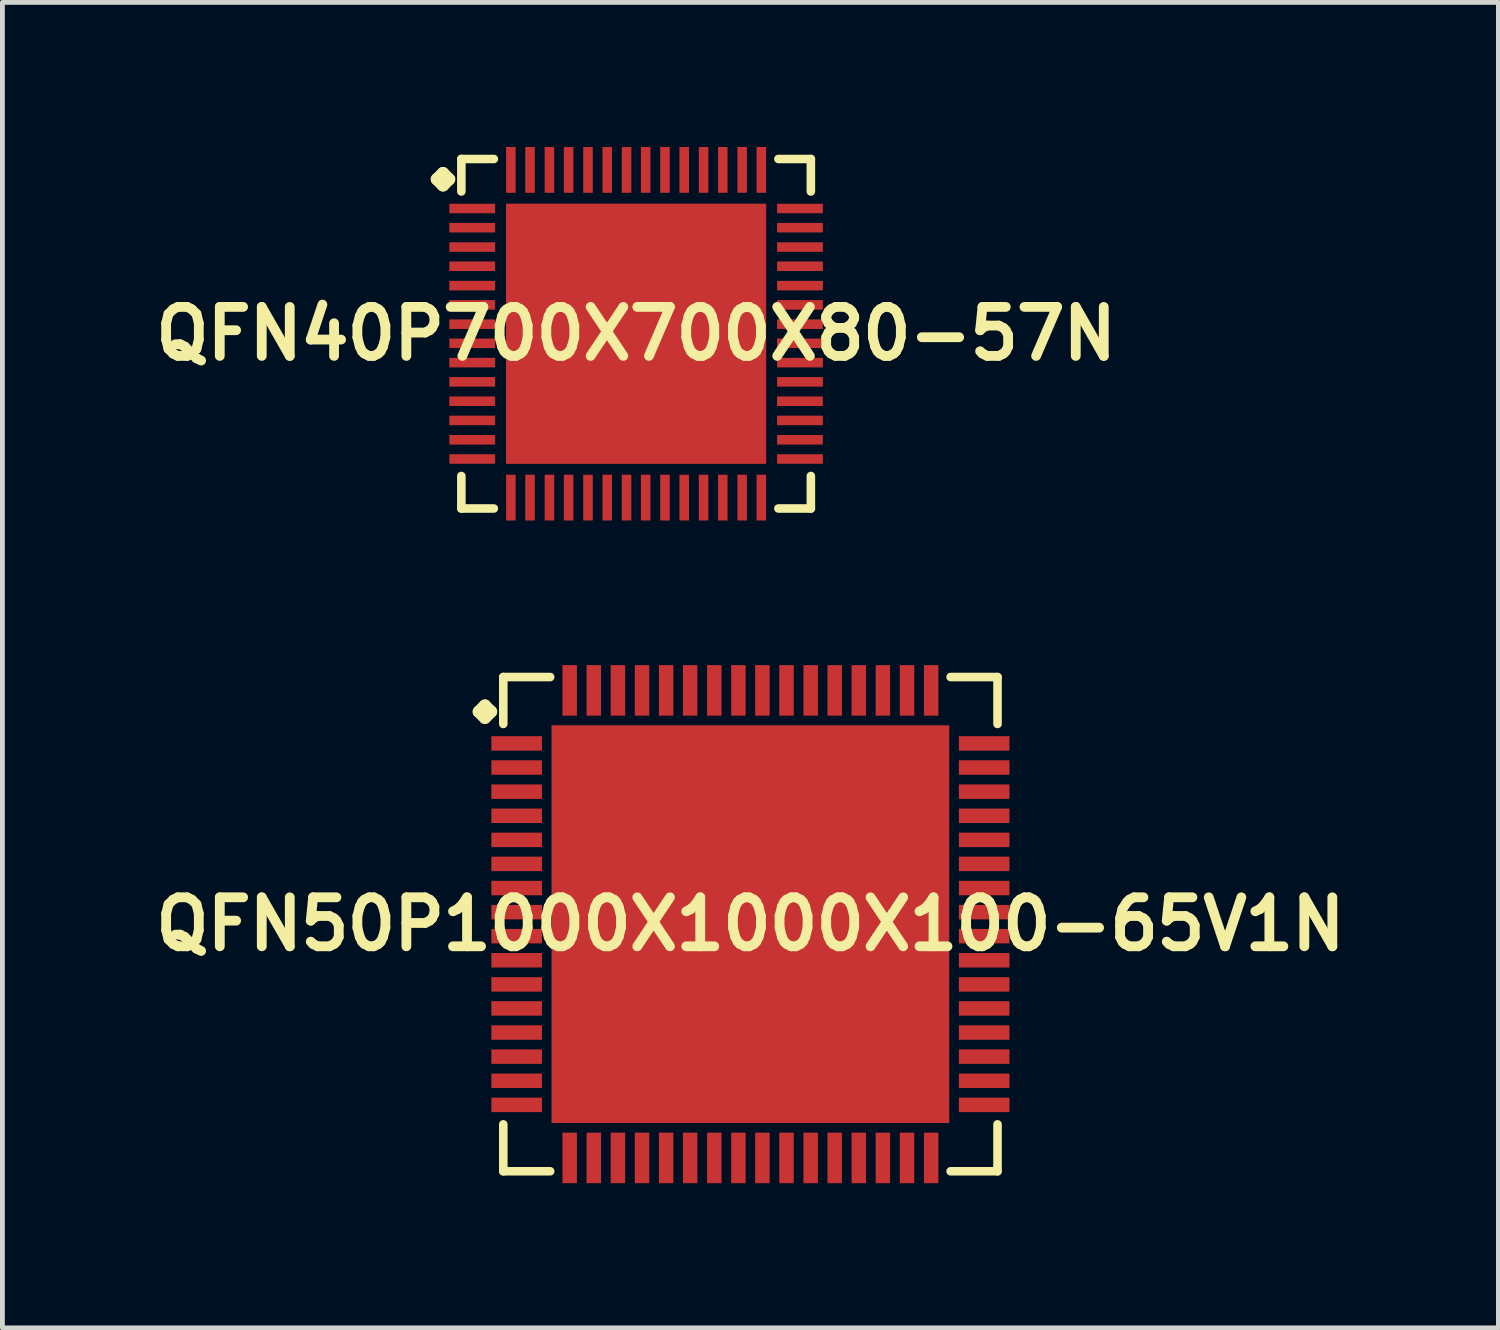
<source format=kicad_pcb>
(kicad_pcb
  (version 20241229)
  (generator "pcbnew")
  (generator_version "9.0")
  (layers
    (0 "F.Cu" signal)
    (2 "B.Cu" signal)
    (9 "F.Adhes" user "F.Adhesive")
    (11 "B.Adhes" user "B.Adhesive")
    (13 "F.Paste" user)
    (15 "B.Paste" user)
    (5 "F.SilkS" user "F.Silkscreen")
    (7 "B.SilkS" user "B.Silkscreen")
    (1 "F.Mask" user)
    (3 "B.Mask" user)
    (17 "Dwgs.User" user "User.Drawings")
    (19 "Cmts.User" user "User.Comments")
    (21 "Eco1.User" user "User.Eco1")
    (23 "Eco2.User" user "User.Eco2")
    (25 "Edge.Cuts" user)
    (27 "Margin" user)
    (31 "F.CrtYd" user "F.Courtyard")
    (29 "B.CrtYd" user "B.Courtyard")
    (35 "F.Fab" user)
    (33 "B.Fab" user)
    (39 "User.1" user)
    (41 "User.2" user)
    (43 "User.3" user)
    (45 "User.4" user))
  (footprint "QFN50P1000X1000X100-65V1N"
    (layer "F.Cu")
    (at 12.516 16.12)
    (property "Reference" "QFN50P1000X1000X100-65V1N" (at 0 0 0) (layer "F.SilkS") (effects (font (size 1.016 1.016) (thickness 0.203))))
    (attr smd)
    (fp_line (start -5.634 -4.407) (end -5.507 -4.534) (stroke (width 0.254) (type solid)) (layer "F.SilkS"))
    (fp_line (start -5.507 -4.534) (end -5.38 -4.407) (stroke (width 0.254) (type solid)) (layer "F.SilkS"))
    (fp_line (start -5.507 -4.28) (end -5.634 -4.407) (stroke (width 0.254) (type solid)) (layer "F.SilkS"))
    (fp_line (start -5.38 -4.407) (end -5.507 -4.28) (stroke (width 0.254) (type solid)) (layer "F.SilkS"))
    (fp_line (start -5.126 -5.126) (end -4.153 -5.126) (stroke (width 0.178) (type solid)) (layer "F.SilkS"))
    (fp_line (start -5.126 -4.153) (end -5.126 -5.126) (stroke (width 0.178) (type solid)) (layer "F.SilkS"))
    (fp_line (start -5.126 4.153) (end -5.126 5.126) (stroke (width 0.178) (type solid)) (layer "F.SilkS"))
    (fp_line (start -5.126 5.126) (end -4.153 5.126) (stroke (width 0.178) (type solid)) (layer "F.SilkS"))
    (fp_line (start 4.153 -5.126) (end 5.126 -5.126) (stroke (width 0.178) (type solid)) (layer "F.SilkS"))
    (fp_line (start 4.153 5.126) (end 5.126 5.126) (stroke (width 0.178) (type solid)) (layer "F.SilkS"))
    (fp_line (start 5.126 -5.126) (end 5.126 -4.153) (stroke (width 0.178) (type solid)) (layer "F.SilkS"))
    (fp_line (start 5.126 5.126) (end 5.126 4.153) (stroke (width 0.178) (type solid)) (layer "F.SilkS"))
    (pad "1" smd rect (at -4.849 -3.749) (size 1.049 0.3) (layers "F.Cu" "F.Mask" "F.Paste"))
    (pad "2" smd rect (at -4.849 -3.249) (size 1.049 0.3) (layers "F.Cu" "F.Mask" "F.Paste"))
    (pad "3" smd rect (at -4.849 -2.748) (size 1.049 0.3) (layers "F.Cu" "F.Mask" "F.Paste"))
    (pad "4" smd rect (at -4.849 -2.248) (size 1.049 0.3) (layers "F.Cu" "F.Mask" "F.Paste"))
    (pad "5" smd rect (at -4.849 -1.748) (size 1.049 0.3) (layers "F.Cu" "F.Mask" "F.Paste"))
    (pad "6" smd rect (at -4.849 -1.25) (size 1.049 0.3) (layers "F.Cu" "F.Mask" "F.Paste"))
    (pad "7" smd rect (at -4.849 -0.749) (size 1.049 0.3) (layers "F.Cu" "F.Mask" "F.Paste"))
    (pad "8" smd rect (at -4.849 -0.249) (size 1.049 0.3) (layers "F.Cu" "F.Mask" "F.Paste"))
    (pad "9" smd rect (at -4.849 0.249) (size 1.049 0.3) (layers "F.Cu" "F.Mask" "F.Paste"))
    (pad "10" smd rect (at -4.849 0.749) (size 1.049 0.3) (layers "F.Cu" "F.Mask" "F.Paste"))
    (pad "11" smd rect (at -4.849 1.25) (size 1.049 0.3) (layers "F.Cu" "F.Mask" "F.Paste"))
    (pad "12" smd rect (at -4.849 1.748) (size 1.049 0.3) (layers "F.Cu" "F.Mask" "F.Paste"))
    (pad "13" smd rect (at -4.849 2.248) (size 1.049 0.3) (layers "F.Cu" "F.Mask" "F.Paste"))
    (pad "14" smd rect (at -4.849 2.748) (size 1.049 0.3) (layers "F.Cu" "F.Mask" "F.Paste"))
    (pad "15" smd rect (at -4.849 3.249) (size 1.049 0.3) (layers "F.Cu" "F.Mask" "F.Paste"))
    (pad "16" smd rect (at -4.849 3.749) (size 1.049 0.3) (layers "F.Cu" "F.Mask" "F.Paste"))
    (pad "17" smd rect (at -3.749 4.849) (size 0.3 1.049) (layers "F.Cu" "F.Mask" "F.Paste"))
    (pad "18" smd rect (at -3.249 4.849) (size 0.3 1.049) (layers "F.Cu" "F.Mask" "F.Paste"))
    (pad "19" smd rect (at -2.748 4.849) (size 0.3 1.049) (layers "F.Cu" "F.Mask" "F.Paste"))
    (pad "20" smd rect (at -2.248 4.849) (size 0.3 1.049) (layers "F.Cu" "F.Mask" "F.Paste"))
    (pad "21" smd rect (at -1.748 4.849) (size 0.3 1.049) (layers "F.Cu" "F.Mask" "F.Paste"))
    (pad "22" smd rect (at -1.25 4.849) (size 0.3 1.049) (layers "F.Cu" "F.Mask" "F.Paste"))
    (pad "23" smd rect (at -0.749 4.849) (size 0.3 1.049) (layers "F.Cu" "F.Mask" "F.Paste"))
    (pad "24" smd rect (at -0.249 4.849) (size 0.3 1.049) (layers "F.Cu" "F.Mask" "F.Paste"))
    (pad "25" smd rect (at 0.249 4.849) (size 0.3 1.049) (layers "F.Cu" "F.Mask" "F.Paste"))
    (pad "26" smd rect (at 0.749 4.849) (size 0.3 1.049) (layers "F.Cu" "F.Mask" "F.Paste"))
    (pad "27" smd rect (at 1.25 4.849) (size 0.3 1.049) (layers "F.Cu" "F.Mask" "F.Paste"))
    (pad "28" smd rect (at 1.748 4.849) (size 0.3 1.049) (layers "F.Cu" "F.Mask" "F.Paste"))
    (pad "29" smd rect (at 2.248 4.849) (size 0.3 1.049) (layers "F.Cu" "F.Mask" "F.Paste"))
    (pad "30" smd rect (at 2.748 4.849) (size 0.3 1.049) (layers "F.Cu" "F.Mask" "F.Paste"))
    (pad "31" smd rect (at 3.249 4.849) (size 0.3 1.049) (layers "F.Cu" "F.Mask" "F.Paste"))
    (pad "32" smd rect (at 3.749 4.849) (size 0.3 1.049) (layers "F.Cu" "F.Mask" "F.Paste"))
    (pad "33" smd rect (at 4.849 3.749) (size 1.049 0.3) (layers "F.Cu" "F.Mask" "F.Paste"))
    (pad "34" smd rect (at 4.849 3.249) (size 1.049 0.3) (layers "F.Cu" "F.Mask" "F.Paste"))
    (pad "35" smd rect (at 4.849 2.748) (size 1.049 0.3) (layers "F.Cu" "F.Mask" "F.Paste"))
    (pad "36" smd rect (at 4.849 2.248) (size 1.049 0.3) (layers "F.Cu" "F.Mask" "F.Paste"))
    (pad "37" smd rect (at 4.849 1.748) (size 1.049 0.3) (layers "F.Cu" "F.Mask" "F.Paste"))
    (pad "38" smd rect (at 4.849 1.25) (size 1.049 0.3) (layers "F.Cu" "F.Mask" "F.Paste"))
    (pad "39" smd rect (at 4.849 0.749) (size 1.049 0.3) (layers "F.Cu" "F.Mask" "F.Paste"))
    (pad "40" smd rect (at 4.849 0.249) (size 1.049 0.3) (layers "F.Cu" "F.Mask" "F.Paste"))
    (pad "41" smd rect (at 4.849 -0.249) (size 1.049 0.3) (layers "F.Cu" "F.Mask" "F.Paste"))
    (pad "42" smd rect (at 4.849 -0.749) (size 1.049 0.3) (layers "F.Cu" "F.Mask" "F.Paste"))
    (pad "43" smd rect (at 4.849 -1.25) (size 1.049 0.3) (layers "F.Cu" "F.Mask" "F.Paste"))
    (pad "44" smd rect (at 4.849 -1.748) (size 1.049 0.3) (layers "F.Cu" "F.Mask" "F.Paste"))
    (pad "45" smd rect (at 4.849 -2.248) (size 1.049 0.3) (layers "F.Cu" "F.Mask" "F.Paste"))
    (pad "46" smd rect (at 4.849 -2.748) (size 1.049 0.3) (layers "F.Cu" "F.Mask" "F.Paste"))
    (pad "47" smd rect (at 4.849 -3.249) (size 1.049 0.3) (layers "F.Cu" "F.Mask" "F.Paste"))
    (pad "48" smd rect (at 4.849 -3.749) (size 1.049 0.3) (layers "F.Cu" "F.Mask" "F.Paste"))
    (pad "49" smd rect (at 3.749 -4.849) (size 0.3 1.049) (layers "F.Cu" "F.Mask" "F.Paste"))
    (pad "50" smd rect (at 3.249 -4.849) (size 0.3 1.049) (layers "F.Cu" "F.Mask" "F.Paste"))
    (pad "51" smd rect (at 2.748 -4.849) (size 0.3 1.049) (layers "F.Cu" "F.Mask" "F.Paste"))
    (pad "52" smd rect (at 2.248 -4.849) (size 0.3 1.049) (layers "F.Cu" "F.Mask" "F.Paste"))
    (pad "53" smd rect (at 1.748 -4.849) (size 0.3 1.049) (layers "F.Cu" "F.Mask" "F.Paste"))
    (pad "54" smd rect (at 1.25 -4.849) (size 0.3 1.049) (layers "F.Cu" "F.Mask" "F.Paste"))
    (pad "55" smd rect (at 0.749 -4.849) (size 0.3 1.049) (layers "F.Cu" "F.Mask" "F.Paste"))
    (pad "56" smd rect (at 0.249 -4.849) (size 0.3 1.049) (layers "F.Cu" "F.Mask" "F.Paste"))
    (pad "57" smd rect (at -0.249 -4.849) (size 0.3 1.049) (layers "F.Cu" "F.Mask" "F.Paste"))
    (pad "58" smd rect (at -0.749 -4.849) (size 0.3 1.049) (layers "F.Cu" "F.Mask" "F.Paste"))
    (pad "59" smd rect (at -1.25 -4.849) (size 0.3 1.049) (layers "F.Cu" "F.Mask" "F.Paste"))
    (pad "60" smd rect (at -1.748 -4.849) (size 0.3 1.049) (layers "F.Cu" "F.Mask" "F.Paste"))
    (pad "61" smd rect (at -2.248 -4.849) (size 0.3 1.049) (layers "F.Cu" "F.Mask" "F.Paste"))
    (pad "62" smd rect (at -2.748 -4.849) (size 0.3 1.049) (layers "F.Cu" "F.Mask" "F.Paste"))
    (pad "63" smd rect (at -3.249 -4.849) (size 0.3 1.049) (layers "F.Cu" "F.Mask" "F.Paste"))
    (pad "64" smd rect (at -3.749 -4.849) (size 0.3 1.049) (layers "F.Cu" "F.Mask" "F.Paste"))
    (pad "65" smd rect (at 0 0) (size 8.25 8.25) (layers "F.Cu" "F.Mask" "F.Paste")))
  (footprint "QFN40P700X700X80-57N"
    (layer "F.Cu")
    (at 10.145 3.873)
    (property "Reference" "QFN40P700X700X80-57N" (at 0 0 0) (layer "F.SilkS") (effects (font (size 1.016 1.016) (thickness 0.203))))
    (attr smd)
    (fp_line (start -4.133 -3.205) (end -4.006 -3.332) (stroke (width 0.254) (type solid)) (layer "F.SilkS"))
    (fp_line (start -4.006 -3.332) (end -3.879 -3.205) (stroke (width 0.254) (type solid)) (layer "F.SilkS"))
    (fp_line (start -4.006 -3.078) (end -4.133 -3.205) (stroke (width 0.254) (type solid)) (layer "F.SilkS"))
    (fp_line (start -3.879 -3.205) (end -4.006 -3.078) (stroke (width 0.254) (type solid)) (layer "F.SilkS"))
    (fp_line (start -3.625 -3.625) (end -2.951 -3.625) (stroke (width 0.178) (type solid)) (layer "F.SilkS"))
    (fp_line (start -3.625 -2.951) (end -3.625 -3.625) (stroke (width 0.178) (type solid)) (layer "F.SilkS"))
    (fp_line (start -3.625 2.951) (end -3.625 3.625) (stroke (width 0.178) (type solid)) (layer "F.SilkS"))
    (fp_line (start -3.625 3.625) (end -2.951 3.625) (stroke (width 0.178) (type solid)) (layer "F.SilkS"))
    (fp_line (start 2.951 -3.625) (end 3.625 -3.625) (stroke (width 0.178) (type solid)) (layer "F.SilkS"))
    (fp_line (start 2.951 3.625) (end 3.625 3.625) (stroke (width 0.178) (type solid)) (layer "F.SilkS"))
    (fp_line (start 3.625 -3.625) (end 3.625 -2.951) (stroke (width 0.178) (type solid)) (layer "F.SilkS"))
    (fp_line (start 3.625 3.625) (end 3.625 2.951) (stroke (width 0.178) (type solid)) (layer "F.SilkS"))
    (pad "1" smd rect (at -3.399 -2.598) (size 0.95 0.198) (layers "F.Cu" "F.Mask" "F.Paste"))
    (pad "2" smd rect (at -3.399 -2.2) (size 0.95 0.198) (layers "F.Cu" "F.Mask" "F.Paste"))
    (pad "3" smd rect (at -3.399 -1.798) (size 0.95 0.198) (layers "F.Cu" "F.Mask" "F.Paste"))
    (pad "4" smd rect (at -3.399 -1.4) (size 0.95 0.198) (layers "F.Cu" "F.Mask" "F.Paste"))
    (pad "5" smd rect (at -3.399 -0.998) (size 0.95 0.198) (layers "F.Cu" "F.Mask" "F.Paste"))
    (pad "6" smd rect (at -3.399 -0.599) (size 0.95 0.198) (layers "F.Cu" "F.Mask" "F.Paste"))
    (pad "7" smd rect (at -3.399 -0.198) (size 0.95 0.198) (layers "F.Cu" "F.Mask" "F.Paste"))
    (pad "8" smd rect (at -3.399 0.198) (size 0.95 0.198) (layers "F.Cu" "F.Mask" "F.Paste"))
    (pad "9" smd rect (at -3.399 0.599) (size 0.95 0.198) (layers "F.Cu" "F.Mask" "F.Paste"))
    (pad "10" smd rect (at -3.399 0.998) (size 0.95 0.198) (layers "F.Cu" "F.Mask" "F.Paste"))
    (pad "11" smd rect (at -3.399 1.4) (size 0.95 0.198) (layers "F.Cu" "F.Mask" "F.Paste"))
    (pad "12" smd rect (at -3.399 1.798) (size 0.95 0.198) (layers "F.Cu" "F.Mask" "F.Paste"))
    (pad "13" smd rect (at -3.399 2.2) (size 0.95 0.198) (layers "F.Cu" "F.Mask" "F.Paste"))
    (pad "14" smd rect (at -3.399 2.598) (size 0.95 0.198) (layers "F.Cu" "F.Mask" "F.Paste"))
    (pad "15" smd rect (at -2.598 3.399) (size 0.198 0.95) (layers "F.Cu" "F.Mask" "F.Paste"))
    (pad "16" smd rect (at -2.2 3.399) (size 0.198 0.95) (layers "F.Cu" "F.Mask" "F.Paste"))
    (pad "17" smd rect (at -1.798 3.399) (size 0.198 0.95) (layers "F.Cu" "F.Mask" "F.Paste"))
    (pad "18" smd rect (at -1.4 3.399) (size 0.198 0.95) (layers "F.Cu" "F.Mask" "F.Paste"))
    (pad "19" smd rect (at -0.998 3.399) (size 0.198 0.95) (layers "F.Cu" "F.Mask" "F.Paste"))
    (pad "20" smd rect (at -0.599 3.399) (size 0.198 0.95) (layers "F.Cu" "F.Mask" "F.Paste"))
    (pad "21" smd rect (at -0.198 3.399) (size 0.198 0.95) (layers "F.Cu" "F.Mask" "F.Paste"))
    (pad "22" smd rect (at 0.198 3.399) (size 0.198 0.95) (layers "F.Cu" "F.Mask" "F.Paste"))
    (pad "23" smd rect (at 0.599 3.399) (size 0.198 0.95) (layers "F.Cu" "F.Mask" "F.Paste"))
    (pad "24" smd rect (at 0.998 3.399) (size 0.198 0.95) (layers "F.Cu" "F.Mask" "F.Paste"))
    (pad "25" smd rect (at 1.4 3.399) (size 0.198 0.95) (layers "F.Cu" "F.Mask" "F.Paste"))
    (pad "26" smd rect (at 1.798 3.399) (size 0.198 0.95) (layers "F.Cu" "F.Mask" "F.Paste"))
    (pad "27" smd rect (at 2.2 3.399) (size 0.198 0.95) (layers "F.Cu" "F.Mask" "F.Paste"))
    (pad "28" smd rect (at 2.598 3.399) (size 0.198 0.95) (layers "F.Cu" "F.Mask" "F.Paste"))
    (pad "29" smd rect (at 3.399 2.598) (size 0.95 0.198) (layers "F.Cu" "F.Mask" "F.Paste"))
    (pad "30" smd rect (at 3.399 2.2) (size 0.95 0.198) (layers "F.Cu" "F.Mask" "F.Paste"))
    (pad "31" smd rect (at 3.399 1.798) (size 0.95 0.198) (layers "F.Cu" "F.Mask" "F.Paste"))
    (pad "32" smd rect (at 3.399 1.4) (size 0.95 0.198) (layers "F.Cu" "F.Mask" "F.Paste"))
    (pad "33" smd rect (at 3.399 0.998) (size 0.95 0.198) (layers "F.Cu" "F.Mask" "F.Paste"))
    (pad "34" smd rect (at 3.399 0.599) (size 0.95 0.198) (layers "F.Cu" "F.Mask" "F.Paste"))
    (pad "35" smd rect (at 3.399 0.198) (size 0.95 0.198) (layers "F.Cu" "F.Mask" "F.Paste"))
    (pad "36" smd rect (at 3.399 -0.198) (size 0.95 0.198) (layers "F.Cu" "F.Mask" "F.Paste"))
    (pad "37" smd rect (at 3.399 -0.599) (size 0.95 0.198) (layers "F.Cu" "F.Mask" "F.Paste"))
    (pad "38" smd rect (at 3.399 -0.998) (size 0.95 0.198) (layers "F.Cu" "F.Mask" "F.Paste"))
    (pad "39" smd rect (at 3.399 -1.4) (size 0.95 0.198) (layers "F.Cu" "F.Mask" "F.Paste"))
    (pad "40" smd rect (at 3.399 -1.798) (size 0.95 0.198) (layers "F.Cu" "F.Mask" "F.Paste"))
    (pad "41" smd rect (at 3.399 -2.2) (size 0.95 0.198) (layers "F.Cu" "F.Mask" "F.Paste"))
    (pad "42" smd rect (at 3.399 -2.598) (size 0.95 0.198) (layers "F.Cu" "F.Mask" "F.Paste"))
    (pad "43" smd rect (at 2.598 -3.399) (size 0.198 0.95) (layers "F.Cu" "F.Mask" "F.Paste"))
    (pad "44" smd rect (at 2.2 -3.399) (size 0.198 0.95) (layers "F.Cu" "F.Mask" "F.Paste"))
    (pad "45" smd rect (at 1.798 -3.399) (size 0.198 0.95) (layers "F.Cu" "F.Mask" "F.Paste"))
    (pad "46" smd rect (at 1.4 -3.399) (size 0.198 0.95) (layers "F.Cu" "F.Mask" "F.Paste"))
    (pad "47" smd rect (at 0.998 -3.399) (size 0.198 0.95) (layers "F.Cu" "F.Mask" "F.Paste"))
    (pad "48" smd rect (at 0.599 -3.399) (size 0.198 0.95) (layers "F.Cu" "F.Mask" "F.Paste"))
    (pad "49" smd rect (at 0.198 -3.399) (size 0.198 0.95) (layers "F.Cu" "F.Mask" "F.Paste"))
    (pad "50" smd rect (at -0.198 -3.399) (size 0.198 0.95) (layers "F.Cu" "F.Mask" "F.Paste"))
    (pad "51" smd rect (at -0.599 -3.399) (size 0.198 0.95) (layers "F.Cu" "F.Mask" "F.Paste"))
    (pad "52" smd rect (at -0.998 -3.399) (size 0.198 0.95) (layers "F.Cu" "F.Mask" "F.Paste"))
    (pad "53" smd rect (at -1.4 -3.399) (size 0.198 0.95) (layers "F.Cu" "F.Mask" "F.Paste"))
    (pad "54" smd rect (at -1.798 -3.399) (size 0.198 0.95) (layers "F.Cu" "F.Mask" "F.Paste"))
    (pad "55" smd rect (at -2.2 -3.399) (size 0.198 0.95) (layers "F.Cu" "F.Mask" "F.Paste"))
    (pad "56" smd rect (at -2.598 -3.399) (size 0.198 0.95) (layers "F.Cu" "F.Mask" "F.Paste"))
    (pad "57" smd rect (at 0 0) (size 5.397 5.397) (layers "F.Cu" "F.Mask" "F.Paste")))
  (gr_rect
    (start -3 -3)
    (end 28.032 24.494)
    (stroke (width 0.1) (type default))
    (fill no)
    (layer "Edge.Cuts")))
</source>
